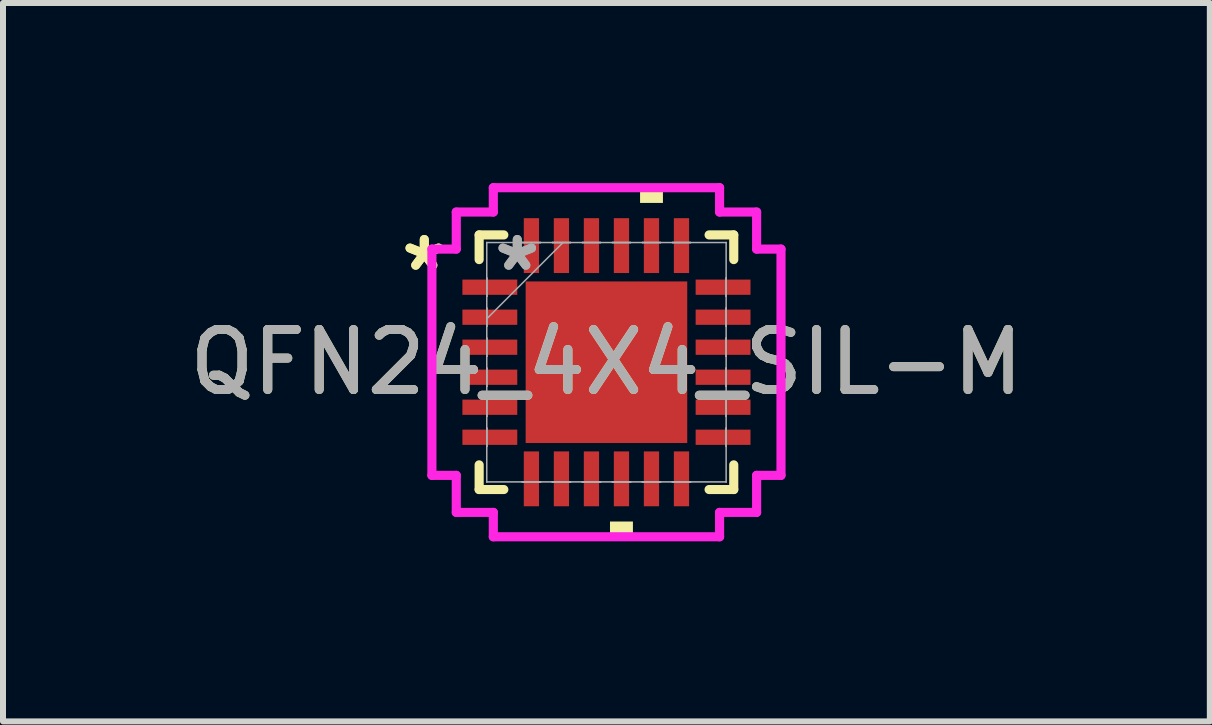
<source format=kicad_pcb>
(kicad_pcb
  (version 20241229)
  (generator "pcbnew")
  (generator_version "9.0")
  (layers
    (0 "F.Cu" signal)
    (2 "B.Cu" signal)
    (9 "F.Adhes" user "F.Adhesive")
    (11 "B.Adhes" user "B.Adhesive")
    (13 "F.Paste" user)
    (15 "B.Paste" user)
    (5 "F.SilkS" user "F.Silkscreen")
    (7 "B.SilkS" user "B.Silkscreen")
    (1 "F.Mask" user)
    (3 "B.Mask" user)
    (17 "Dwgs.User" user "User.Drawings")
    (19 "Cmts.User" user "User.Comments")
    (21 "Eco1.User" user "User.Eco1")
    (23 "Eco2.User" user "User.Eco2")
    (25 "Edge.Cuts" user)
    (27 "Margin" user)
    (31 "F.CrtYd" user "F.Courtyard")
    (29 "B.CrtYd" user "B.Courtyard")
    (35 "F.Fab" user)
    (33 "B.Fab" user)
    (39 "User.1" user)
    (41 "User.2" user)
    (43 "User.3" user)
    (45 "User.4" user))
  (footprint "QFN24_4X4_SIL-M"
    (layer "F.Cu")
    (at 7.054 2.985)
    (property "Reference" "QFN24_4X4_SIL-M" (at 0 0 0) (unlocked yes) (layer "F.SilkS") (effects (font (size 1 1) (thickness 0.15))))
    (attr smd)
    (fp_line (start -2.121 -2.121) (end -2.121 -1.71) (stroke (width 0.152) (type solid)) (layer "F.SilkS"))
    (fp_line (start -2.121 1.71) (end -2.121 2.121) (stroke (width 0.152) (type solid)) (layer "F.SilkS"))
    (fp_line (start -2.121 2.121) (end -1.71 2.121) (stroke (width 0.152) (type solid)) (layer "F.SilkS"))
    (fp_line (start -1.71 -2.121) (end -2.121 -2.121) (stroke (width 0.152) (type solid)) (layer "F.SilkS"))
    (fp_line (start 1.71 2.121) (end 2.121 2.121) (stroke (width 0.152) (type solid)) (layer "F.SilkS"))
    (fp_line (start 2.121 -2.121) (end 1.71 -2.121) (stroke (width 0.152) (type solid)) (layer "F.SilkS"))
    (fp_line (start 2.121 -1.71) (end 2.121 -2.121) (stroke (width 0.152) (type solid)) (layer "F.SilkS"))
    (fp_line (start 2.121 2.121) (end 2.121 1.71) (stroke (width 0.152) (type solid)) (layer "F.SilkS"))
    (fp_poly (pts (xy 0.059 2.654) (xy 0.059 2.908) (xy 0.441 2.908) (xy 0.441 2.654)) (stroke (width 0) (type solid)) (fill yes) (layer "F.SilkS"))
    (fp_poly (pts (xy 0.56 -2.654) (xy 0.56 -2.908) (xy 0.941 -2.908) (xy 0.941 -2.654)) (stroke (width 0) (type solid)) (fill yes) (layer "F.SilkS"))
    (fp_poly (pts (xy -1.246 -1.246) (xy -1.246 -0.1) (xy -0.1 -0.1) (xy -0.1 -1.246)) (stroke (width 0) (type solid)) (fill yes) (layer "F.Paste"))
    (fp_poly (pts (xy -1.246 0.1) (xy -1.246 1.246) (xy -0.1 1.246) (xy -0.1 0.1)) (stroke (width 0) (type solid)) (fill yes) (layer "F.Paste"))
    (fp_poly (pts (xy 0.1 -1.246) (xy 0.1 -0.1) (xy 1.246 -0.1) (xy 1.246 -1.246)) (stroke (width 0) (type solid)) (fill yes) (layer "F.Paste"))
    (fp_poly (pts (xy 0.1 0.1) (xy 0.1 1.246) (xy 1.246 1.246) (xy 1.246 0.1)) (stroke (width 0) (type solid)) (fill yes) (layer "F.Paste"))
    (fp_line (start -2.908 -1.885) (end -2.502 -1.885) (stroke (width 0.152) (type solid)) (layer "F.CrtYd"))
    (fp_line (start -2.908 1.885) (end -2.908 -1.885) (stroke (width 0.152) (type solid)) (layer "F.CrtYd"))
    (fp_line (start -2.502 -2.502) (end -1.885 -2.502) (stroke (width 0.152) (type solid)) (layer "F.CrtYd"))
    (fp_line (start -2.502 -1.885) (end -2.502 -2.502) (stroke (width 0.152) (type solid)) (layer "F.CrtYd"))
    (fp_line (start -2.502 1.885) (end -2.908 1.885) (stroke (width 0.152) (type solid)) (layer "F.CrtYd"))
    (fp_line (start -2.502 2.502) (end -2.502 1.885) (stroke (width 0.152) (type solid)) (layer "F.CrtYd"))
    (fp_line (start -1.885 -2.908) (end 1.885 -2.908) (stroke (width 0.152) (type solid)) (layer "F.CrtYd"))
    (fp_line (start -1.885 -2.502) (end -1.885 -2.908) (stroke (width 0.152) (type solid)) (layer "F.CrtYd"))
    (fp_line (start -1.885 2.502) (end -2.502 2.502) (stroke (width 0.152) (type solid)) (layer "F.CrtYd"))
    (fp_line (start -1.885 2.908) (end -1.885 2.502) (stroke (width 0.152) (type solid)) (layer "F.CrtYd"))
    (fp_line (start 1.885 -2.908) (end 1.885 -2.502) (stroke (width 0.152) (type solid)) (layer "F.CrtYd"))
    (fp_line (start 1.885 -2.502) (end 2.502 -2.502) (stroke (width 0.152) (type solid)) (layer "F.CrtYd"))
    (fp_line (start 1.885 2.502) (end 1.885 2.908) (stroke (width 0.152) (type solid)) (layer "F.CrtYd"))
    (fp_line (start 1.885 2.908) (end -1.885 2.908) (stroke (width 0.152) (type solid)) (layer "F.CrtYd"))
    (fp_line (start 2.502 -2.502) (end 2.502 -1.885) (stroke (width 0.152) (type solid)) (layer "F.CrtYd"))
    (fp_line (start 2.502 -1.885) (end 2.908 -1.885) (stroke (width 0.152) (type solid)) (layer "F.CrtYd"))
    (fp_line (start 2.502 1.885) (end 2.502 2.502) (stroke (width 0.152) (type solid)) (layer "F.CrtYd"))
    (fp_line (start 2.502 2.502) (end 1.885 2.502) (stroke (width 0.152) (type solid)) (layer "F.CrtYd"))
    (fp_line (start 2.908 -1.885) (end 2.908 1.885) (stroke (width 0.152) (type solid)) (layer "F.CrtYd"))
    (fp_line (start 2.908 1.885) (end 2.502 1.885) (stroke (width 0.152) (type solid)) (layer "F.CrtYd"))
    (fp_line (start -1.994 -1.994) (end -1.994 -1.994) (stroke (width 0.025) (type solid)) (layer "F.Fab"))
    (fp_line (start -1.994 -1.994) (end -1.994 1.994) (stroke (width 0.025) (type solid)) (layer "F.Fab"))
    (fp_line (start -1.994 -1.402) (end -1.994 -1.402) (stroke (width 0.025) (type solid)) (layer "F.Fab"))
    (fp_line (start -1.994 -1.402) (end -1.994 -1.098) (stroke (width 0.025) (type solid)) (layer "F.Fab"))
    (fp_line (start -1.994 -1.098) (end -1.994 -1.402) (stroke (width 0.025) (type solid)) (layer "F.Fab"))
    (fp_line (start -1.994 -1.098) (end -1.994 -1.098) (stroke (width 0.025) (type solid)) (layer "F.Fab"))
    (fp_line (start -1.994 -0.902) (end -1.994 -0.902) (stroke (width 0.025) (type solid)) (layer "F.Fab"))
    (fp_line (start -1.994 -0.902) (end -1.994 -0.598) (stroke (width 0.025) (type solid)) (layer "F.Fab"))
    (fp_line (start -1.994 -0.724) (end -0.724 -1.994) (stroke (width 0.025) (type solid)) (layer "F.Fab"))
    (fp_line (start -1.994 -0.598) (end -1.994 -0.902) (stroke (width 0.025) (type solid)) (layer "F.Fab"))
    (fp_line (start -1.994 -0.598) (end -1.994 -0.598) (stroke (width 0.025) (type solid)) (layer "F.Fab"))
    (fp_line (start -1.994 -0.402) (end -1.994 -0.402) (stroke (width 0.025) (type solid)) (layer "F.Fab"))
    (fp_line (start -1.994 -0.402) (end -1.994 -0.098) (stroke (width 0.025) (type solid)) (layer "F.Fab"))
    (fp_line (start -1.994 -0.098) (end -1.994 -0.402) (stroke (width 0.025) (type solid)) (layer "F.Fab"))
    (fp_line (start -1.994 -0.098) (end -1.994 -0.098) (stroke (width 0.025) (type solid)) (layer "F.Fab"))
    (fp_line (start -1.994 0.098) (end -1.994 0.098) (stroke (width 0.025) (type solid)) (layer "F.Fab"))
    (fp_line (start -1.994 0.098) (end -1.994 0.402) (stroke (width 0.025) (type solid)) (layer "F.Fab"))
    (fp_line (start -1.994 0.402) (end -1.994 0.098) (stroke (width 0.025) (type solid)) (layer "F.Fab"))
    (fp_line (start -1.994 0.402) (end -1.994 0.402) (stroke (width 0.025) (type solid)) (layer "F.Fab"))
    (fp_line (start -1.994 0.598) (end -1.994 0.598) (stroke (width 0.025) (type solid)) (layer "F.Fab"))
    (fp_line (start -1.994 0.598) (end -1.994 0.902) (stroke (width 0.025) (type solid)) (layer "F.Fab"))
    (fp_line (start -1.994 0.902) (end -1.994 0.598) (stroke (width 0.025) (type solid)) (layer "F.Fab"))
    (fp_line (start -1.994 0.902) (end -1.994 0.902) (stroke (width 0.025) (type solid)) (layer "F.Fab"))
    (fp_line (start -1.994 1.098) (end -1.994 1.098) (stroke (width 0.025) (type solid)) (layer "F.Fab"))
    (fp_line (start -1.994 1.098) (end -1.994 1.402) (stroke (width 0.025) (type solid)) (layer "F.Fab"))
    (fp_line (start -1.994 1.402) (end -1.994 1.098) (stroke (width 0.025) (type solid)) (layer "F.Fab"))
    (fp_line (start -1.994 1.402) (end -1.994 1.402) (stroke (width 0.025) (type solid)) (layer "F.Fab"))
    (fp_line (start -1.994 1.994) (end -1.994 1.994) (stroke (width 0.025) (type solid)) (layer "F.Fab"))
    (fp_line (start -1.994 1.994) (end 1.994 1.994) (stroke (width 0.025) (type solid)) (layer "F.Fab"))
    (fp_line (start -1.402 -1.994) (end -1.402 -1.994) (stroke (width 0.025) (type solid)) (layer "F.Fab"))
    (fp_line (start -1.402 -1.994) (end -1.098 -1.994) (stroke (width 0.025) (type solid)) (layer "F.Fab"))
    (fp_line (start -1.402 1.994) (end -1.402 1.994) (stroke (width 0.025) (type solid)) (layer "F.Fab"))
    (fp_line (start -1.402 1.994) (end -1.098 1.994) (stroke (width 0.025) (type solid)) (layer "F.Fab"))
    (fp_line (start -1.098 -1.994) (end -1.402 -1.994) (stroke (width 0.025) (type solid)) (layer "F.Fab"))
    (fp_line (start -1.098 -1.994) (end -1.098 -1.994) (stroke (width 0.025) (type solid)) (layer "F.Fab"))
    (fp_line (start -1.098 1.994) (end -1.402 1.994) (stroke (width 0.025) (type solid)) (layer "F.Fab"))
    (fp_line (start -1.098 1.994) (end -1.098 1.994) (stroke (width 0.025) (type solid)) (layer "F.Fab"))
    (fp_line (start -0.902 -1.994) (end -0.902 -1.994) (stroke (width 0.025) (type solid)) (layer "F.Fab"))
    (fp_line (start -0.902 -1.994) (end -0.598 -1.994) (stroke (width 0.025) (type solid)) (layer "F.Fab"))
    (fp_line (start -0.902 1.994) (end -0.902 1.994) (stroke (width 0.025) (type solid)) (layer "F.Fab"))
    (fp_line (start -0.902 1.994) (end -0.598 1.994) (stroke (width 0.025) (type solid)) (layer "F.Fab"))
    (fp_line (start -0.598 -1.994) (end -0.902 -1.994) (stroke (width 0.025) (type solid)) (layer "F.Fab"))
    (fp_line (start -0.598 -1.994) (end -0.598 -1.994) (stroke (width 0.025) (type solid)) (layer "F.Fab"))
    (fp_line (start -0.598 1.994) (end -0.902 1.994) (stroke (width 0.025) (type solid)) (layer "F.Fab"))
    (fp_line (start -0.598 1.994) (end -0.598 1.994) (stroke (width 0.025) (type solid)) (layer "F.Fab"))
    (fp_line (start -0.402 -1.994) (end -0.402 -1.994) (stroke (width 0.025) (type solid)) (layer "F.Fab"))
    (fp_line (start -0.402 -1.994) (end -0.098 -1.994) (stroke (width 0.025) (type solid)) (layer "F.Fab"))
    (fp_line (start -0.402 1.994) (end -0.402 1.994) (stroke (width 0.025) (type solid)) (layer "F.Fab"))
    (fp_line (start -0.402 1.994) (end -0.098 1.994) (stroke (width 0.025) (type solid)) (layer "F.Fab"))
    (fp_line (start -0.098 -1.994) (end -0.402 -1.994) (stroke (width 0.025) (type solid)) (layer "F.Fab"))
    (fp_line (start -0.098 -1.994) (end -0.098 -1.994) (stroke (width 0.025) (type solid)) (layer "F.Fab"))
    (fp_line (start -0.098 1.994) (end -0.402 1.994) (stroke (width 0.025) (type solid)) (layer "F.Fab"))
    (fp_line (start -0.098 1.994) (end -0.098 1.994) (stroke (width 0.025) (type solid)) (layer "F.Fab"))
    (fp_line (start 0.098 -1.994) (end 0.098 -1.994) (stroke (width 0.025) (type solid)) (layer "F.Fab"))
    (fp_line (start 0.098 -1.994) (end 0.402 -1.994) (stroke (width 0.025) (type solid)) (layer "F.Fab"))
    (fp_line (start 0.098 1.994) (end 0.098 1.994) (stroke (width 0.025) (type solid)) (layer "F.Fab"))
    (fp_line (start 0.098 1.994) (end 0.402 1.994) (stroke (width 0.025) (type solid)) (layer "F.Fab"))
    (fp_line (start 0.402 -1.994) (end 0.098 -1.994) (stroke (width 0.025) (type solid)) (layer "F.Fab"))
    (fp_line (start 0.402 -1.994) (end 0.402 -1.994) (stroke (width 0.025) (type solid)) (layer "F.Fab"))
    (fp_line (start 0.402 1.994) (end 0.098 1.994) (stroke (width 0.025) (type solid)) (layer "F.Fab"))
    (fp_line (start 0.402 1.994) (end 0.402 1.994) (stroke (width 0.025) (type solid)) (layer "F.Fab"))
    (fp_line (start 0.598 -1.994) (end 0.598 -1.994) (stroke (width 0.025) (type solid)) (layer "F.Fab"))
    (fp_line (start 0.598 -1.994) (end 0.902 -1.994) (stroke (width 0.025) (type solid)) (layer "F.Fab"))
    (fp_line (start 0.598 1.994) (end 0.598 1.994) (stroke (width 0.025) (type solid)) (layer "F.Fab"))
    (fp_line (start 0.598 1.994) (end 0.902 1.994) (stroke (width 0.025) (type solid)) (layer "F.Fab"))
    (fp_line (start 0.902 -1.994) (end 0.598 -1.994) (stroke (width 0.025) (type solid)) (layer "F.Fab"))
    (fp_line (start 0.902 -1.994) (end 0.902 -1.994) (stroke (width 0.025) (type solid)) (layer "F.Fab"))
    (fp_line (start 0.902 1.994) (end 0.598 1.994) (stroke (width 0.025) (type solid)) (layer "F.Fab"))
    (fp_line (start 0.902 1.994) (end 0.902 1.994) (stroke (width 0.025) (type solid)) (layer "F.Fab"))
    (fp_line (start 1.098 -1.994) (end 1.098 -1.994) (stroke (width 0.025) (type solid)) (layer "F.Fab"))
    (fp_line (start 1.098 -1.994) (end 1.402 -1.994) (stroke (width 0.025) (type solid)) (layer "F.Fab"))
    (fp_line (start 1.098 1.994) (end 1.098 1.994) (stroke (width 0.025) (type solid)) (layer "F.Fab"))
    (fp_line (start 1.098 1.994) (end 1.402 1.994) (stroke (width 0.025) (type solid)) (layer "F.Fab"))
    (fp_line (start 1.402 -1.994) (end 1.098 -1.994) (stroke (width 0.025) (type solid)) (layer "F.Fab"))
    (fp_line (start 1.402 -1.994) (end 1.402 -1.994) (stroke (width 0.025) (type solid)) (layer "F.Fab"))
    (fp_line (start 1.402 1.994) (end 1.098 1.994) (stroke (width 0.025) (type solid)) (layer "F.Fab"))
    (fp_line (start 1.402 1.994) (end 1.402 1.994) (stroke (width 0.025) (type solid)) (layer "F.Fab"))
    (fp_line (start 1.994 -1.994) (end -1.994 -1.994) (stroke (width 0.025) (type solid)) (layer "F.Fab"))
    (fp_line (start 1.994 -1.994) (end 1.994 -1.994) (stroke (width 0.025) (type solid)) (layer "F.Fab"))
    (fp_line (start 1.994 -1.402) (end 1.994 -1.402) (stroke (width 0.025) (type solid)) (layer "F.Fab"))
    (fp_line (start 1.994 -1.402) (end 1.994 -1.098) (stroke (width 0.025) (type solid)) (layer "F.Fab"))
    (fp_line (start 1.994 -1.098) (end 1.994 -1.402) (stroke (width 0.025) (type solid)) (layer "F.Fab"))
    (fp_line (start 1.994 -1.098) (end 1.994 -1.098) (stroke (width 0.025) (type solid)) (layer "F.Fab"))
    (fp_line (start 1.994 -0.902) (end 1.994 -0.902) (stroke (width 0.025) (type solid)) (layer "F.Fab"))
    (fp_line (start 1.994 -0.902) (end 1.994 -0.598) (stroke (width 0.025) (type solid)) (layer "F.Fab"))
    (fp_line (start 1.994 -0.598) (end 1.994 -0.902) (stroke (width 0.025) (type solid)) (layer "F.Fab"))
    (fp_line (start 1.994 -0.598) (end 1.994 -0.598) (stroke (width 0.025) (type solid)) (layer "F.Fab"))
    (fp_line (start 1.994 -0.402) (end 1.994 -0.402) (stroke (width 0.025) (type solid)) (layer "F.Fab"))
    (fp_line (start 1.994 -0.402) (end 1.994 -0.098) (stroke (width 0.025) (type solid)) (layer "F.Fab"))
    (fp_line (start 1.994 -0.098) (end 1.994 -0.402) (stroke (width 0.025) (type solid)) (layer "F.Fab"))
    (fp_line (start 1.994 -0.098) (end 1.994 -0.098) (stroke (width 0.025) (type solid)) (layer "F.Fab"))
    (fp_line (start 1.994 0.098) (end 1.994 0.098) (stroke (width 0.025) (type solid)) (layer "F.Fab"))
    (fp_line (start 1.994 0.098) (end 1.994 0.402) (stroke (width 0.025) (type solid)) (layer "F.Fab"))
    (fp_line (start 1.994 0.402) (end 1.994 0.098) (stroke (width 0.025) (type solid)) (layer "F.Fab"))
    (fp_line (start 1.994 0.402) (end 1.994 0.402) (stroke (width 0.025) (type solid)) (layer "F.Fab"))
    (fp_line (start 1.994 0.598) (end 1.994 0.598) (stroke (width 0.025) (type solid)) (layer "F.Fab"))
    (fp_line (start 1.994 0.598) (end 1.994 0.902) (stroke (width 0.025) (type solid)) (layer "F.Fab"))
    (fp_line (start 1.994 0.902) (end 1.994 0.598) (stroke (width 0.025) (type solid)) (layer "F.Fab"))
    (fp_line (start 1.994 0.902) (end 1.994 0.902) (stroke (width 0.025) (type solid)) (layer "F.Fab"))
    (fp_line (start 1.994 1.098) (end 1.994 1.098) (stroke (width 0.025) (type solid)) (layer "F.Fab"))
    (fp_line (start 1.994 1.098) (end 1.994 1.402) (stroke (width 0.025) (type solid)) (layer "F.Fab"))
    (fp_line (start 1.994 1.402) (end 1.994 1.098) (stroke (width 0.025) (type solid)) (layer "F.Fab"))
    (fp_line (start 1.994 1.402) (end 1.994 1.402) (stroke (width 0.025) (type solid)) (layer "F.Fab"))
    (fp_line (start 1.994 1.994) (end 1.994 -1.994) (stroke (width 0.025) (type solid)) (layer "F.Fab"))
    (fp_line (start 1.994 1.994) (end 1.994 1.994) (stroke (width 0.025) (type solid)) (layer "F.Fab"))
    (fp_text user "*" (at -3.035 -1.5 0) (unlocked yes) (layer "F.SilkS") (effects (font (size 1 1) (thickness 0.15))))
    (fp_text user "*" (at -3.035 -1.5 0) (layer "F.SilkS") (effects (font (size 1 1) (thickness 0.15))))
    (fp_text user "${REFERENCE}" (at 0 0 0) (unlocked yes) (layer "F.Fab") (effects (font (size 1 1) (thickness 0.15))))
    (fp_text user "*" (at -1.486 -1.5 0) (layer "F.Fab") (effects (font (size 1 1) (thickness 0.15))))
    (fp_text user "*" (at -1.486 -1.5 0) (unlocked yes) (layer "F.Fab") (effects (font (size 1 1) (thickness 0.15))))
    (pad "1" smd rect (at -1.943 -1.25 90) (size 0.254 0.914) (layers "F.Cu" "F.Mask" "F.Paste"))
    (pad "2" smd rect (at -1.943 -0.75 90) (size 0.254 0.914) (layers "F.Cu" "F.Mask" "F.Paste"))
    (pad "3" smd rect (at -1.943 -0.25 90) (size 0.254 0.914) (layers "F.Cu" "F.Mask" "F.Paste"))
    (pad "4" smd rect (at -1.943 0.25 90) (size 0.254 0.914) (layers "F.Cu" "F.Mask" "F.Paste"))
    (pad "5" smd rect (at -1.943 0.75 90) (size 0.254 0.914) (layers "F.Cu" "F.Mask" "F.Paste"))
    (pad "6" smd rect (at -1.943 1.25 90) (size 0.254 0.914) (layers "F.Cu" "F.Mask" "F.Paste"))
    (pad "7" smd rect (at -1.25 1.943) (size 0.254 0.914) (layers "F.Cu" "F.Mask" "F.Paste"))
    (pad "8" smd rect (at -0.75 1.943) (size 0.254 0.914) (layers "F.Cu" "F.Mask" "F.Paste"))
    (pad "9" smd rect (at -0.25 1.943) (size 0.254 0.914) (layers "F.Cu" "F.Mask" "F.Paste"))
    (pad "10" smd rect (at 0.25 1.943) (size 0.254 0.914) (layers "F.Cu" "F.Mask" "F.Paste"))
    (pad "11" smd rect (at 0.75 1.943) (size 0.254 0.914) (layers "F.Cu" "F.Mask" "F.Paste"))
    (pad "12" smd rect (at 1.25 1.943) (size 0.254 0.914) (layers "F.Cu" "F.Mask" "F.Paste"))
    (pad "13" smd rect (at 1.943 1.25 90) (size 0.254 0.914) (layers "F.Cu" "F.Mask" "F.Paste"))
    (pad "14" smd rect (at 1.943 0.75 90) (size 0.254 0.914) (layers "F.Cu" "F.Mask" "F.Paste"))
    (pad "15" smd rect (at 1.943 0.25 90) (size 0.254 0.914) (layers "F.Cu" "F.Mask" "F.Paste"))
    (pad "16" smd rect (at 1.943 -0.25 90) (size 0.254 0.914) (layers "F.Cu" "F.Mask" "F.Paste"))
    (pad "17" smd rect (at 1.943 -0.75 90) (size 0.254 0.914) (layers "F.Cu" "F.Mask" "F.Paste"))
    (pad "18" smd rect (at 1.943 -1.25 90) (size 0.254 0.914) (layers "F.Cu" "F.Mask" "F.Paste"))
    (pad "19" smd rect (at 1.25 -1.943) (size 0.254 0.914) (layers "F.Cu" "F.Mask" "F.Paste"))
    (pad "20" smd rect (at 0.75 -1.943) (size 0.254 0.914) (layers "F.Cu" "F.Mask" "F.Paste"))
    (pad "21" smd rect (at 0.25 -1.943) (size 0.254 0.914) (layers "F.Cu" "F.Mask" "F.Paste"))
    (pad "22" smd rect (at -0.25 -1.943) (size 0.254 0.914) (layers "F.Cu" "F.Mask" "F.Paste"))
    (pad "23" smd rect (at -0.75 -1.943) (size 0.254 0.914) (layers "F.Cu" "F.Mask" "F.Paste"))
    (pad "24" smd rect (at -1.25 -1.943) (size 0.254 0.914) (layers "F.Cu" "F.Mask" "F.Paste"))
    (pad "25" smd rect (at 0 0) (size 2.692 2.692) (layers "F.Cu" "F.Mask" "F.Paste")))
  (gr_rect
    (start -3 -3)
    (end 17.107 8.969)
    (stroke (width 0.1) (type default))
    (fill no)
    (layer "Edge.Cuts")))
</source>
